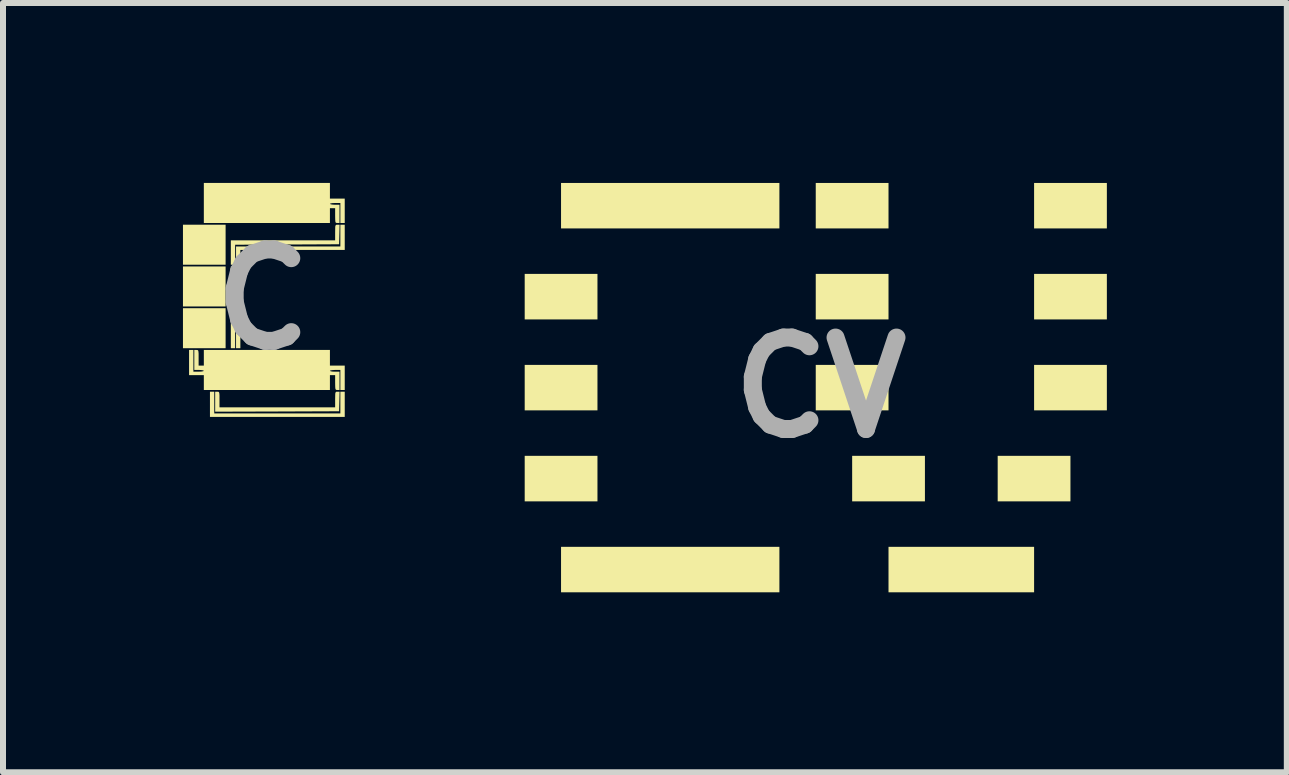
<source format=kicad_pcb>
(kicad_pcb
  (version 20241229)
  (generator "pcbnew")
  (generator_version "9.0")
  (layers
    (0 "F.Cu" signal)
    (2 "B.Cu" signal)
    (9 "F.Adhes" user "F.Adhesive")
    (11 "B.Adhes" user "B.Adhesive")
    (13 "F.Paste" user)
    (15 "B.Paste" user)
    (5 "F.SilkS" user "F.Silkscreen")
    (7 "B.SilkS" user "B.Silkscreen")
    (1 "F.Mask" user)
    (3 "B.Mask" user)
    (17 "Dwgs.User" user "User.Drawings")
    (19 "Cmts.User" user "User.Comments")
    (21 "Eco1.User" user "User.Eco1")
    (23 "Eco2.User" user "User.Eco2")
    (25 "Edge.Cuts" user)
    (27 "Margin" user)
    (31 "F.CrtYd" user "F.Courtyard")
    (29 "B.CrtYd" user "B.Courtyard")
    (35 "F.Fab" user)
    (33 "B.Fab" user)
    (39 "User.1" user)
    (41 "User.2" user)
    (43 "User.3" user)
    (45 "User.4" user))
  (footprint "C"
    (layer "F.Cu")
    (at 1.334 1.943)
    (property "Reference" "C" (at 0 0 0) (layer "F.Fab") (effects (font (size 1.524 1.524) (thickness 0.3))))
    (attr board_only exclude_from_pos_files exclude_from_bom)
    (fp_poly (pts (xy -0.623 -0.58) (xy -1.334 -0.58) (xy -1.334 -1.247) (xy -0.623 -1.247)) (stroke (width 0) (type solid)) (fill yes) (layer "F.SilkS"))
    (fp_poly (pts (xy -0.623 0.116) (xy -1.334 0.116) (xy -1.334 -0.551) (xy -0.623 -0.551)) (stroke (width 0) (type solid)) (fill yes) (layer "F.SilkS"))
    (fp_poly (pts (xy -0.623 0.812) (xy -1.334 0.812) (xy -1.334 0.145) (xy -0.623 0.145)) (stroke (width 0) (type solid)) (fill yes) (layer "F.SilkS"))
    (fp_poly (pts (xy -0.464 0.116) (xy -0.536 0.116) (xy -0.536 -0.551) (xy -0.464 -0.551)) (stroke (width 0) (type solid)) (fill yes) (layer "F.SilkS"))
    (fp_poly (pts (xy -0.464 0.812) (xy -0.536 0.812) (xy -0.536 0.145) (xy -0.464 0.145)) (stroke (width 0) (type solid)) (fill yes) (layer "F.SilkS"))
    (fp_poly (pts (xy -0.377 0.116) (xy -0.449 0.116) (xy -0.449 -0.551) (xy -0.377 -0.551)) (stroke (width 0) (type solid)) (fill yes) (layer "F.SilkS"))
    (fp_poly (pts (xy -0.377 0.812) (xy -0.449 0.812) (xy -0.449 0.145) (xy -0.377 0.145)) (stroke (width 0) (type solid)) (fill yes) (layer "F.SilkS"))
    (fp_poly (pts (xy -0.812 1.899) (xy 1.29 1.899) (xy 1.29 1.537) (xy 1.363 1.537) (xy 1.363 1.957) (xy -0.884 1.957) (xy -0.884 1.537) (xy -0.812 1.537)) (stroke (width 0) (type solid)) (fill yes) (layer "F.SilkS"))
    (fp_poly (pts (xy 1.363 -0.826) (xy -0.377 -0.826) (xy -0.377 -0.703) (xy -0.377 -0.643) (xy -0.379 -0.607) (xy -0.385 -0.588) (xy -0.396 -0.581) (xy -0.413 -0.58) (xy -0.449 -0.58) (xy -0.449 -0.884) (xy 1.29 -0.884) (xy 1.29 -1.247) (xy 1.363 -1.247)) (stroke (width 0) (type solid)) (fill yes) (layer "F.SilkS"))
    (fp_poly (pts (xy 1.269 -0.921) (xy 0.402 -0.917) (xy -0.464 -0.913) (xy -0.464 -0.58) (xy -0.536 -0.58) (xy -0.536 -0.986) (xy 1.203 -0.986) (xy 1.203 -1.116) (xy 1.204 -1.178) (xy 1.205 -1.216) (xy 1.211 -1.237) (xy 1.22 -1.245) (xy 1.236 -1.247) (xy 1.24 -1.247) (xy 1.277 -1.247)) (stroke (width 0) (type solid)) (fill yes) (layer "F.SilkS"))
    (fp_poly (pts (xy -0.744 1.538) (xy -0.733 1.545) (xy -0.728 1.563) (xy -0.725 1.598) (xy -0.725 1.656) (xy -0.725 1.667) (xy -0.725 1.798) (xy 1.203 1.798) (xy 1.203 1.667) (xy 1.204 1.605) (xy 1.205 1.567) (xy 1.211 1.547) (xy 1.22 1.538) (xy 1.236 1.537) (xy 1.24 1.537) (xy 1.277 1.537) (xy 1.273 1.7) (xy 1.269 1.863) (xy 0.236 1.867) (xy -0.797 1.87) (xy -0.797 1.537) (xy -0.761 1.537)) (stroke (width 0) (type solid)) (fill yes) (layer "F.SilkS"))
    (fp_poly (pts (xy 1.116 -1.682) (xy 1.363 -1.682) (xy 1.363 -1.276) (xy 1.29 -1.276) (xy 1.29 -1.609) (xy 1.203 -1.609) (xy 1.157 -1.607) (xy 1.126 -1.601) (xy 1.116 -1.595) (xy 1.129 -1.587) (xy 1.163 -1.582) (xy 1.196 -1.58) (xy 1.276 -1.58) (xy 1.276 -1.276) (xy 1.24 -1.276) (xy 1.222 -1.277) (xy 1.211 -1.284) (xy 1.206 -1.303) (xy 1.204 -1.34) (xy 1.203 -1.399) (xy 1.203 -1.522) (xy 1.116 -1.522) (xy 1.116 -1.276) (xy -0.986 -1.276) (xy -0.986 -1.943) (xy 1.116 -1.943)) (stroke (width 0) (type solid)) (fill yes) (layer "F.SilkS"))
    (fp_poly (pts (xy -1.16 1.203) (xy -1.073 1.203) (xy -1.026 1.201) (xy -0.995 1.195) (xy -0.986 1.189) (xy -0.999 1.181) (xy -1.033 1.176) (xy -1.066 1.174) (xy -1.145 1.174) (xy -1.145 0.841) (xy -1.109 0.841) (xy -1.092 0.842) (xy -1.081 0.849) (xy -1.076 0.867) (xy -1.073 0.902) (xy -1.073 0.96) (xy -1.073 0.971) (xy -1.073 1.102) (xy -0.986 1.102) (xy -0.986 0.841) (xy 1.116 0.841) (xy 1.116 1.102) (xy 1.363 1.102) (xy 1.363 1.508) (xy 1.29 1.508) (xy 1.29 1.174) (xy 1.203 1.174) (xy 1.157 1.177) (xy 1.126 1.182) (xy 1.116 1.189) (xy 1.129 1.197) (xy 1.163 1.202) (xy 1.196 1.203) (xy 1.276 1.203) (xy 1.276 1.508) (xy 1.24 1.508) (xy 1.222 1.507) (xy 1.211 1.499) (xy 1.206 1.48) (xy 1.204 1.444) (xy 1.203 1.385) (xy 1.203 1.261) (xy 1.116 1.261) (xy 1.116 1.508) (xy -0.986 1.508) (xy -0.986 1.261) (xy -1.232 1.261) (xy -1.232 0.841) (xy -1.16 0.841)) (stroke (width 0) (type solid)) (fill yes) (layer "F.SilkS")))
  (footprint "CV"
    (layer "F.Cu")
    (at 10.625 3.412)
    (property "Reference" "CV" (at 0 0 0) (layer "F.Fab") (effects (font (size 1.524 1.524) (thickness 0.3))))
    (attr board_only exclude_from_pos_files exclude_from_bom)
    (fp_poly (pts (xy -3.715 -1.137) (xy -4.928 -1.137) (xy -4.928 -1.896) (xy -3.715 -1.896)) (stroke (width 0) (type solid)) (fill yes) (layer "F.SilkS"))
    (fp_poly (pts (xy -3.715 0.379) (xy -4.928 0.379) (xy -4.928 -0.379) (xy -3.715 -0.379)) (stroke (width 0) (type solid)) (fill yes) (layer "F.SilkS"))
    (fp_poly (pts (xy -3.715 1.896) (xy -4.928 1.896) (xy -4.928 1.137) (xy -3.715 1.137)) (stroke (width 0) (type solid)) (fill yes) (layer "F.SilkS"))
    (fp_poly (pts (xy -0.682 -2.654) (xy -4.322 -2.654) (xy -4.322 -3.412) (xy -0.682 -3.412)) (stroke (width 0) (type solid)) (fill yes) (layer "F.SilkS"))
    (fp_poly (pts (xy -0.682 3.412) (xy -4.322 3.412) (xy -4.322 2.654) (xy -0.682 2.654)) (stroke (width 0) (type solid)) (fill yes) (layer "F.SilkS"))
    (fp_poly (pts (xy 1.137 -2.654) (xy -0.076 -2.654) (xy -0.076 -3.412) (xy 1.137 -3.412)) (stroke (width 0) (type solid)) (fill yes) (layer "F.SilkS"))
    (fp_poly (pts (xy 1.137 -1.137) (xy -0.076 -1.137) (xy -0.076 -1.896) (xy 1.137 -1.896)) (stroke (width 0) (type solid)) (fill yes) (layer "F.SilkS"))
    (fp_poly (pts (xy 1.137 0.379) (xy -0.076 0.379) (xy -0.076 -0.379) (xy 1.137 -0.379)) (stroke (width 0) (type solid)) (fill yes) (layer "F.SilkS"))
    (fp_poly (pts (xy 1.744 1.896) (xy 0.531 1.896) (xy 0.531 1.137) (xy 1.744 1.137)) (stroke (width 0) (type solid)) (fill yes) (layer "F.SilkS"))
    (fp_poly (pts (xy 3.564 3.412) (xy 1.137 3.412) (xy 1.137 2.654) (xy 3.564 2.654)) (stroke (width 0) (type solid)) (fill yes) (layer "F.SilkS"))
    (fp_poly (pts (xy 4.17 1.896) (xy 2.957 1.896) (xy 2.957 1.137) (xy 4.17 1.137)) (stroke (width 0) (type solid)) (fill yes) (layer "F.SilkS"))
    (fp_poly (pts (xy 4.777 -2.654) (xy 3.564 -2.654) (xy 3.564 -3.412) (xy 4.777 -3.412)) (stroke (width 0) (type solid)) (fill yes) (layer "F.SilkS"))
    (fp_poly (pts (xy 4.777 -1.137) (xy 3.564 -1.137) (xy 3.564 -1.896) (xy 4.777 -1.896)) (stroke (width 0) (type solid)) (fill yes) (layer "F.SilkS"))
    (fp_poly (pts (xy 4.777 0.379) (xy 3.564 0.379) (xy 3.564 -0.379) (xy 4.777 -0.379)) (stroke (width 0) (type solid)) (fill yes) (layer "F.SilkS")))
  (gr_rect
    (start -3 -3)
    (end 18.402 9.824)
    (stroke (width 0.1) (type default))
    (fill no)
    (layer "Edge.Cuts")))
</source>
